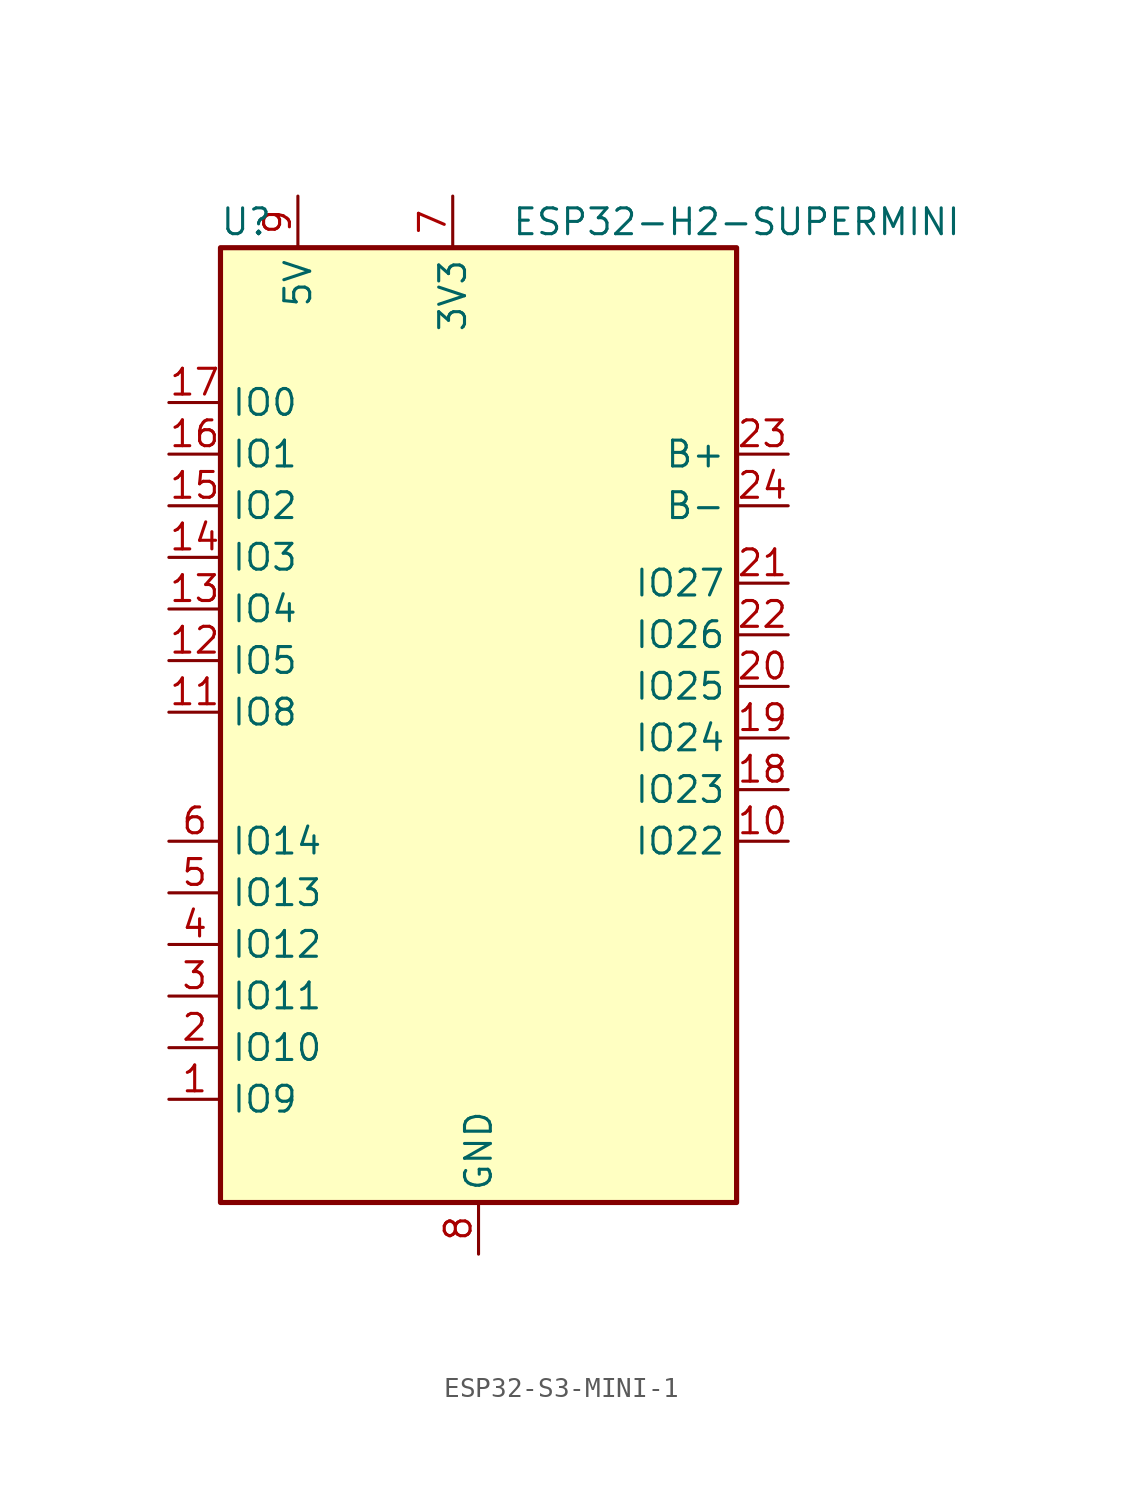
<source format=kicad_sym>
(kicad_symbol_lib
  (version 20241209)
  (generator "kicad_symbol_editor")
  (generator_version "9.0")
  (symbol "ESP32-S3-MINI-1"
    (property "Reference" "U"
      (at -11.43 29.21 0)
      (effects (font (size 1.27 1.27))))
    (property "Value" "ESP32-H2-SUPERMINI"
      (at 12.7 29.21 0)
      (effects (font (size 1.27 1.27))))
    (symbol "ESP32-S3-MINI-1_0_1"
      (rectangle (start -12.7 27.94) (end 12.7 -19.05) (stroke (width 0.254) (type default)) (fill (type background))))
    (symbol "ESP32-S3-MINI-1_1_1"
      (pin bidirectional line (at -15.24 20.32 0) (length 2.54) (name "IO0" (effects (font (size 1.27 1.27)))) (number "17" (effects (font (size 1.27 1.27)))))
      (pin bidirectional line (at -15.24 17.78 0) (length 2.54) (name "IO1" (effects (font (size 1.27 1.27)))) (number "16" (effects (font (size 1.27 1.27)))))
      (pin bidirectional line (at -15.24 15.24 0) (length 2.54) (name "IO2" (effects (font (size 1.27 1.27)))) (number "15" (effects (font (size 1.27 1.27)))))
      (pin bidirectional line (at -15.24 12.7 0) (length 2.54) (name "IO3" (effects (font (size 1.27 1.27)))) (number "14" (effects (font (size 1.27 1.27)))))
      (pin bidirectional line (at -15.24 10.16 0) (length 2.54) (name "IO4" (effects (font (size 1.27 1.27)))) (number "13" (effects (font (size 1.27 1.27)))))
      (pin bidirectional line (at -15.24 7.62 0) (length 2.54) (name "IO5" (effects (font (size 1.27 1.27)))) (number "12" (effects (font (size 1.27 1.27)))))
      (pin bidirectional line (at -15.24 5.08 0) (length 2.54) (name "IO8" (effects (font (size 1.27 1.27)))) (number "11" (effects (font (size 1.27 1.27)))))
      (pin bidirectional line (at -15.24 -1.27 0) (length 2.54) (name "IO14" (effects (font (size 1.27 1.27)))) (number "6" (effects (font (size 1.27 1.27)))))
      (pin bidirectional line (at -15.24 -3.81 0) (length 2.54) (name "IO13" (effects (font (size 1.27 1.27)))) (number "5" (effects (font (size 1.27 1.27)))))
      (pin bidirectional line (at -15.24 -6.35 0) (length 2.54) (name "IO12" (effects (font (size 1.27 1.27)))) (number "4" (effects (font (size 1.27 1.27)))))
      (pin bidirectional line (at -15.24 -8.89 0) (length 2.54) (name "IO11" (effects (font (size 1.27 1.27)))) (number "3" (effects (font (size 1.27 1.27)))))
      (pin bidirectional line (at -15.24 -11.43 0) (length 2.54) (name "IO10" (effects (font (size 1.27 1.27)))) (number "2" (effects (font (size 1.27 1.27)))))
      (pin bidirectional line (at -15.24 -13.97 0) (length 2.54) (name "IO9" (effects (font (size 1.27 1.27)))) (number "1" (effects (font (size 1.27 1.27)))))
      (pin power_in line (at -8.89 30.48 270) (length 2.54) (name "5V" (effects (font (size 1.27 1.27)))) (number "9" (effects (font (size 1.27 1.27)))))
      (pin power_in line (at -1.27 30.48 270) (length 2.54) (name "3V3" (effects (font (size 1.27 1.27)))) (number "7" (effects (font (size 1.27 1.27)))))
      (pin power_out line (at 0 -21.59 90) (length 2.54) (name "GND" (effects (font (size 1.27 1.27)))) (number "8" (effects (font (size 1.27 1.27)))))
      (pin bidirectional line (at 15.24 17.78 180) (length 2.54) (name "B+" (effects (font (size 1.27 1.27)))) (number "23" (effects (font (size 1.27 1.27)))) (alternate "IO19" bidirectional line))
      (pin bidirectional line (at 15.24 15.24 180) (length 2.54) (name "B-" (effects (font (size 1.27 1.27)))) (number "24" (effects (font (size 1.27 1.27)))) (alternate "IO20" bidirectional line))
      (pin bidirectional line (at 15.24 11.43 180) (length 2.54) (name "IO27" (effects (font (size 1.27 1.27)))) (number "21" (effects (font (size 1.27 1.27)))))
      (pin bidirectional line (at 15.24 8.89 180) (length 2.54) (name "IO26" (effects (font (size 1.27 1.27)))) (number "22" (effects (font (size 1.27 1.27)))))
      (pin bidirectional line (at 15.24 6.35 180) (length 2.54) (name "IO25" (effects (font (size 1.27 1.27)))) (number "20" (effects (font (size 1.27 1.27)))))
      (pin bidirectional line (at 15.24 3.81 180) (length 2.54) (name "IO24" (effects (font (size 1.27 1.27)))) (number "19" (effects (font (size 1.27 1.27)))))
      (pin bidirectional line (at 15.24 1.27 180) (length 2.54) (name "IO23" (effects (font (size 1.27 1.27)))) (number "18" (effects (font (size 1.27 1.27)))))
      (pin bidirectional line (at 15.24 -1.27 180) (length 2.54) (name "IO22" (effects (font (size 1.27 1.27)))) (number "10" (effects (font (size 1.27 1.27))))))))
</source>
